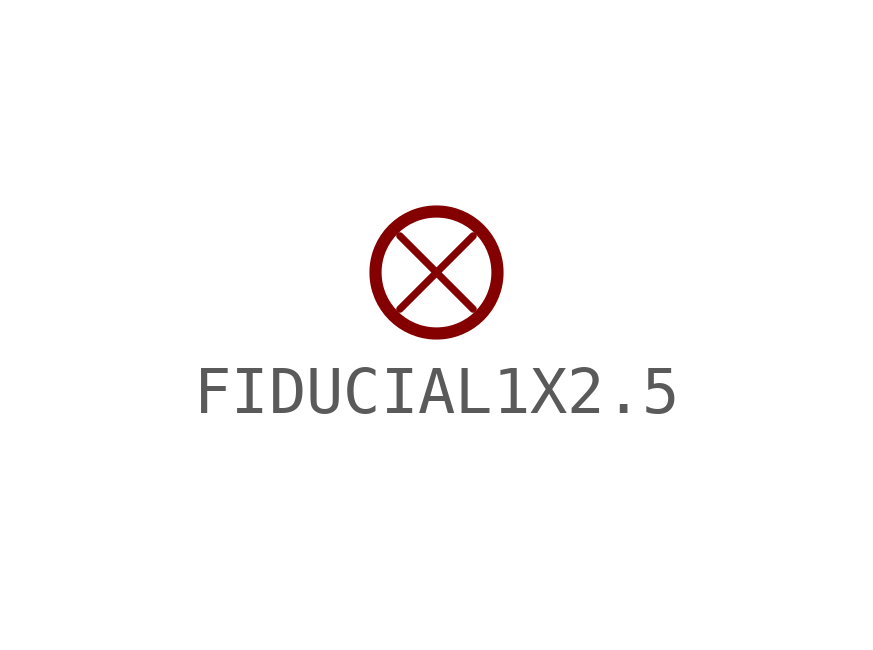
<source format=kicad_sym>
(kicad_symbol_lib
  (version 20211014)
  (generator kicad_symbol_editor)
  (symbol "FIDUCIAL1X2.5"
    (pin_names
      (offset 1.016))
    (property "Reference" "FID"
      (at 0 0 0)
      (effects (font (size 1.27 1.27)) hide))
    (property "ki_locked" ""
      (at 0 0 0)
      (effects (font (size 1.27 1.27))))
    (symbol "FIDUCIAL1X2.5_1_0"
      (polyline (pts (xy -0.762 0.762) (xy 0.762 -0.762)) (stroke (width 0) (type default) (color 0 0 0 0)) (fill (type none)))
      (polyline (pts (xy 0.762 0.762) (xy -0.762 -0.762)) (stroke (width 0) (type default) (color 0 0 0 0)) (fill (type none)))
      (circle (center 0 0) (radius 1.27) (stroke (width 0.254) (type default) (color 0 0 0 0)) (fill (type none))))))
</source>
